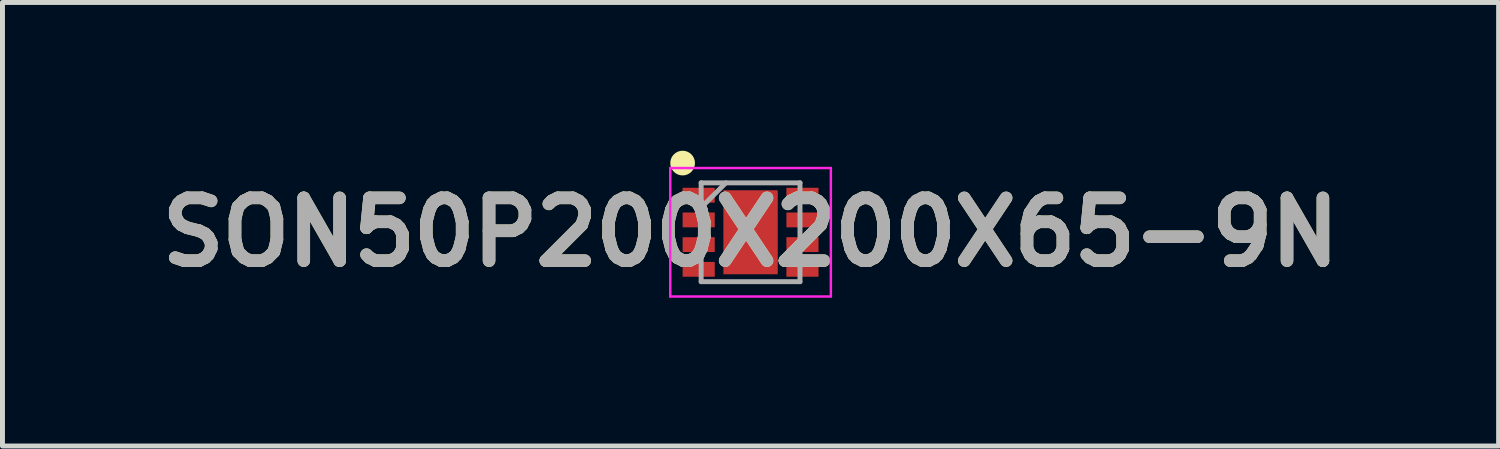
<source format=kicad_pcb>
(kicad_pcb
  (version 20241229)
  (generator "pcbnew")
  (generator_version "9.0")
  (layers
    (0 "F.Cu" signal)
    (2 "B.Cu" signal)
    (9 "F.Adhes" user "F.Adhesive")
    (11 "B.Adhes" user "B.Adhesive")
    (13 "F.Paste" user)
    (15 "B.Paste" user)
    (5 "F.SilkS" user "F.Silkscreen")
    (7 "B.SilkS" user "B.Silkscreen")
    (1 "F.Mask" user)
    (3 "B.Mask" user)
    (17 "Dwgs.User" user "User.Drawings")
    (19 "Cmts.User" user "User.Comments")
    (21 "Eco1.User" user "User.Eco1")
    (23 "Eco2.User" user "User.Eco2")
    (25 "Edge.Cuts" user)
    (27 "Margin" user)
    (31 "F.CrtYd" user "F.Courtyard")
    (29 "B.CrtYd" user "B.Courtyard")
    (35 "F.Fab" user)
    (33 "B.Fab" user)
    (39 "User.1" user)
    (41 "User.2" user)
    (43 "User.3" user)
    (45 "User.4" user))
  (footprint "SON50P200X200X65-9N"
    (layer "F.Cu")
    (at 12.138 1.65)
    (property "Reference" "SON50P200X200X65-9N" (at 0 0 0) (layer "F.SilkS") (effects (font (size 1.27 1.27) (thickness 0.254))))
    (attr smd)
    (fp_circle (center -1.375 -1.4) (end -1.375 -1.275) (stroke (width 0.25) (type solid)) (fill no) (layer "F.SilkS"))
    (fp_line (start -1.625 -1.3) (end 1.625 -1.3) (stroke (width 0.05) (type solid)) (layer "F.CrtYd"))
    (fp_line (start -1.625 1.3) (end -1.625 -1.3) (stroke (width 0.05) (type solid)) (layer "F.CrtYd"))
    (fp_line (start 1.625 -1.3) (end 1.625 1.3) (stroke (width 0.05) (type solid)) (layer "F.CrtYd"))
    (fp_line (start 1.625 1.3) (end -1.625 1.3) (stroke (width 0.05) (type solid)) (layer "F.CrtYd"))
    (fp_line (start -1 -1) (end 1 -1) (stroke (width 0.1) (type solid)) (layer "F.Fab"))
    (fp_line (start -1 -0.5) (end -0.5 -1) (stroke (width 0.1) (type solid)) (layer "F.Fab"))
    (fp_line (start -1 1) (end -1 -1) (stroke (width 0.1) (type solid)) (layer "F.Fab"))
    (fp_line (start 1 -1) (end 1 1) (stroke (width 0.1) (type solid)) (layer "F.Fab"))
    (fp_line (start 1 1) (end -1 1) (stroke (width 0.1) (type solid)) (layer "F.Fab"))
    (fp_text user "${REFERENCE}" (at 0 0 0) (layer "F.Fab") (effects (font (size 1.27 1.27) (thickness 0.254))))
    (pad "1" smd rect (at -1.05 -0.75 90) (size 0.3 0.65) (layers "F.Cu" "F.Mask" "F.Paste"))
    (pad "2" smd rect (at -1.05 -0.25 90) (size 0.3 0.65) (layers "F.Cu" "F.Mask" "F.Paste"))
    (pad "3" smd rect (at -1.05 0.25 90) (size 0.3 0.65) (layers "F.Cu" "F.Mask" "F.Paste"))
    (pad "4" smd rect (at -1.05 0.75 90) (size 0.3 0.65) (layers "F.Cu" "F.Mask" "F.Paste"))
    (pad "5" smd rect (at 1.05 0.75 90) (size 0.3 0.65) (layers "F.Cu" "F.Mask" "F.Paste"))
    (pad "6" smd rect (at 1.05 0.25 90) (size 0.3 0.65) (layers "F.Cu" "F.Mask" "F.Paste"))
    (pad "7" smd rect (at 1.05 -0.25 90) (size 0.3 0.65) (layers "F.Cu" "F.Mask" "F.Paste"))
    (pad "8" smd rect (at 1.05 -0.75 90) (size 0.3 0.65) (layers "F.Cu" "F.Mask" "F.Paste"))
    (pad "9" smd rect (at 0 0) (size 1.1 1.7) (layers "F.Cu" "F.Mask" "F.Paste")))
  (gr_rect
    (start -3 -3)
    (end 27.275 5.975)
    (stroke (width 0.1) (type default))
    (fill no)
    (layer "Edge.Cuts")))
</source>
